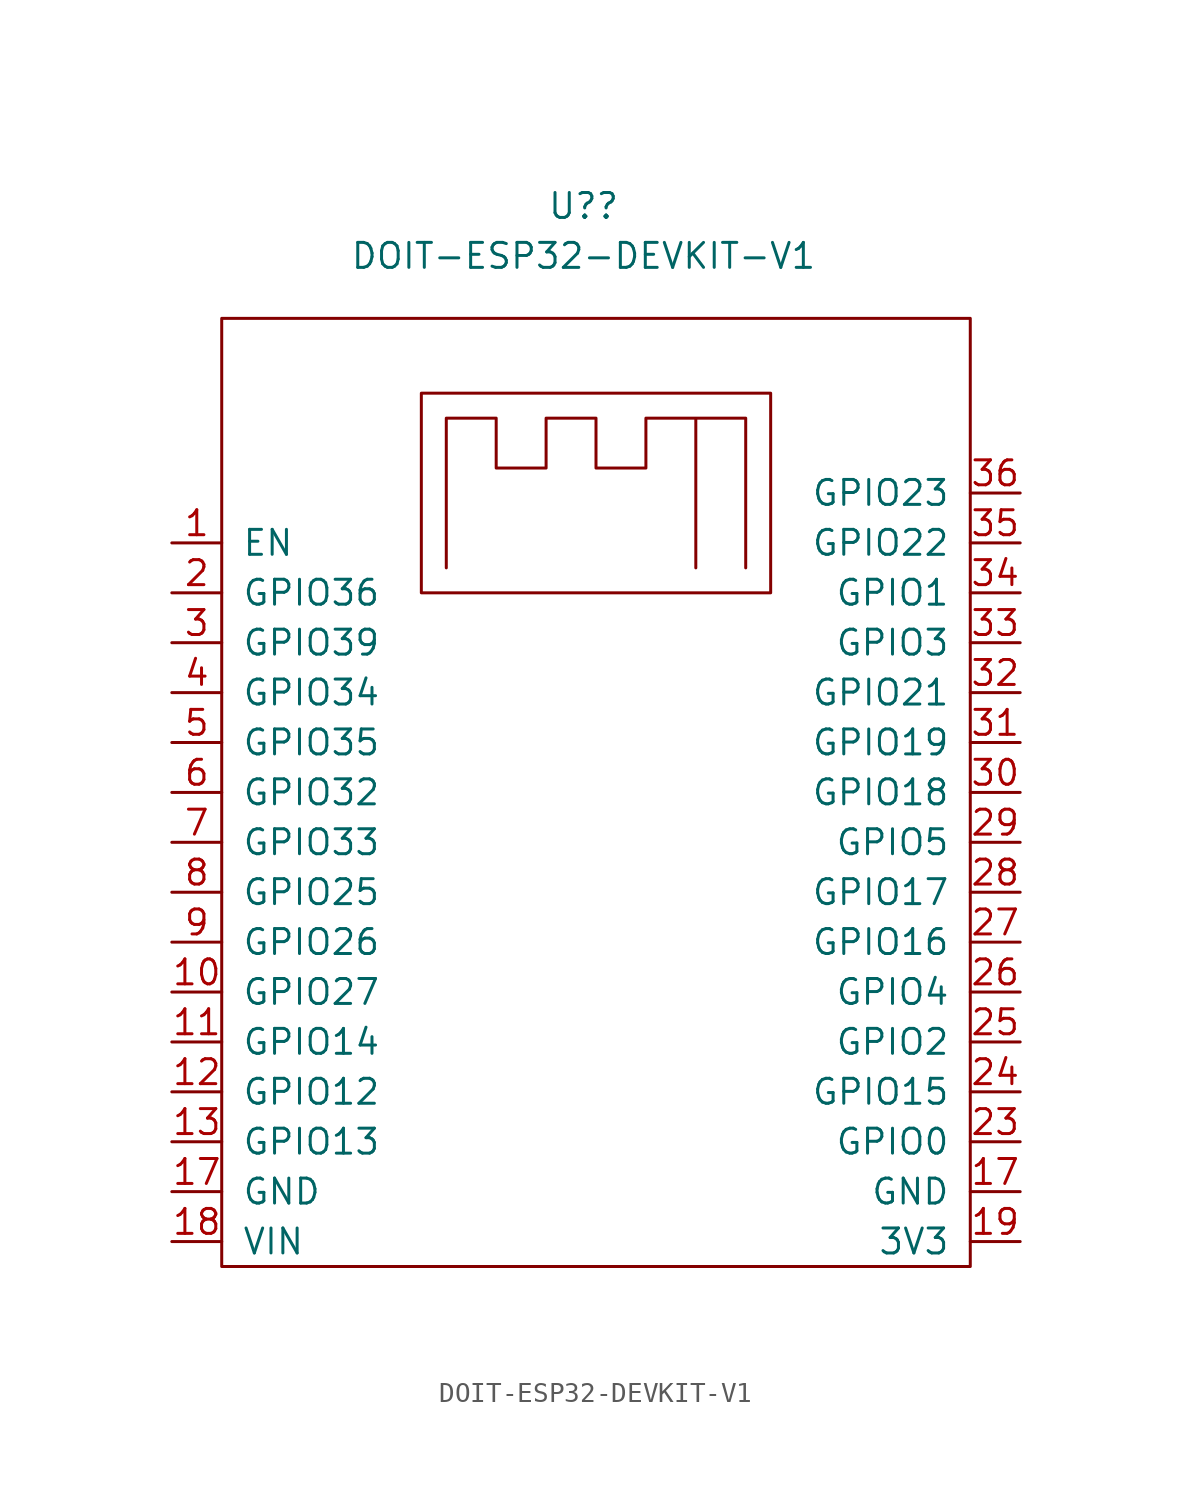
<source format=kicad_sym>
(kicad_symbol_lib
  (version 20211014)
  (generator kicad_symbol_editor)
  (symbol "DOIT-ESP32-DEVKIT-V1"
    (pin_names
      (offset 1.016))
    (property "Reference" "U?"
      (at -0.635 15.875 0)
      (effects (font (size 1.27 1.27))))
    (property "Value" "DOIT-ESP32-DEVKIT-V1"
      (at -0.635 13.335 0)
      (effects (font (size 1.27 1.27))))
    (symbol "DOIT-ESP32-DEVKIT-V1_0_1"
      (rectangle (start -19.05 10.16) (end 19.05 -38.1) (stroke (width 0) (type default) (color 0 0 0 0)) (fill (type none)))
      (polyline (pts (xy -8.89 6.35) (xy 8.89 6.35) (xy 8.89 -3.81) (xy -8.89 -3.81) (xy -8.89 6.35)) (stroke (width 0) (type default) (color 0 0 0 0)) (fill (type none)))
      (polyline (pts (xy -7.62 -2.54) (xy -7.62 5.08) (xy -5.08 5.08) (xy -5.08 2.54) (xy -2.54 2.54) (xy -2.54 5.08) (xy 0 5.08) (xy 0 2.54) (xy 2.54 2.54) (xy 2.54 5.08) (xy 5.08 5.08) (xy 5.08 -2.54) (xy 5.08 5.08) (xy 7.62 5.08) (xy 7.62 -2.54)) (stroke (width 0) (type default) (color 0 0 0 0)) (fill (type none))))
    (symbol "DOIT-ESP32-DEVKIT-V1_1_1"
      (pin output line (at -21.59 -1.27 0) (length 2.54) (name "EN" (effects (font (size 1.27 1.27)))) (number "1" (effects (font (size 1.27 1.27)))))
      (pin bidirectional line (at -21.59 -24.13 0) (length 2.54) (name "GPIO27" (effects (font (size 1.27 1.27)))) (number "10" (effects (font (size 1.27 1.27)))))
      (pin bidirectional line (at -21.59 -26.67 0) (length 2.54) (name "GPIO14" (effects (font (size 1.27 1.27)))) (number "11" (effects (font (size 1.27 1.27)))))
      (pin bidirectional line (at -21.59 -29.21 0) (length 2.54) (name "GPIO12" (effects (font (size 1.27 1.27)))) (number "12" (effects (font (size 1.27 1.27)))))
      (pin bidirectional line (at -21.59 -31.75 0) (length 2.54) (name "GPIO13" (effects (font (size 1.27 1.27)))) (number "13" (effects (font (size 1.27 1.27)))))
      (pin bidirectional line (at -21.59 -34.29 0) (length 2.54) (name "GND" (effects (font (size 1.27 1.27)))) (number "17" (effects (font (size 1.27 1.27)))))
      (pin bidirectional line (at 21.59 -34.29 180) (length 2.54) (name "GND" (effects (font (size 1.27 1.27)))) (number "17" (effects (font (size 1.27 1.27)))))
      (pin bidirectional line (at -21.59 -36.83 0) (length 2.54) (name "VIN" (effects (font (size 1.27 1.27)))) (number "18" (effects (font (size 1.27 1.27)))))
      (pin output line (at 21.59 -36.83 180) (length 2.54) (name "3V3" (effects (font (size 1.27 1.27)))) (number "19" (effects (font (size 1.27 1.27)))))
      (pin bidirectional line (at -21.59 -3.81 0) (length 2.54) (name "GPIO36" (effects (font (size 1.27 1.27)))) (number "2" (effects (font (size 1.27 1.27)))))
      (pin bidirectional line (at 21.59 -31.75 180) (length 2.54) (name "GPIO0" (effects (font (size 1.27 1.27)))) (number "23" (effects (font (size 1.27 1.27)))))
      (pin bidirectional line (at 21.59 -29.21 180) (length 2.54) (name "GPIO15" (effects (font (size 1.27 1.27)))) (number "24" (effects (font (size 1.27 1.27)))))
      (pin bidirectional line (at 21.59 -26.67 180) (length 2.54) (name "GPIO2" (effects (font (size 1.27 1.27)))) (number "25" (effects (font (size 1.27 1.27)))))
      (pin bidirectional line (at 21.59 -24.13 180) (length 2.54) (name "GPIO4" (effects (font (size 1.27 1.27)))) (number "26" (effects (font (size 1.27 1.27)))))
      (pin bidirectional line (at 21.59 -21.59 180) (length 2.54) (name "GPIO16" (effects (font (size 1.27 1.27)))) (number "27" (effects (font (size 1.27 1.27)))))
      (pin bidirectional line (at 21.59 -19.05 180) (length 2.54) (name "GPIO17" (effects (font (size 1.27 1.27)))) (number "28" (effects (font (size 1.27 1.27)))))
      (pin bidirectional line (at 21.59 -16.51 180) (length 2.54) (name "GPIO5" (effects (font (size 1.27 1.27)))) (number "29" (effects (font (size 1.27 1.27)))))
      (pin bidirectional line (at -21.59 -6.35 0) (length 2.54) (name "GPIO39" (effects (font (size 1.27 1.27)))) (number "3" (effects (font (size 1.27 1.27)))))
      (pin bidirectional line (at 21.59 -13.97 180) (length 2.54) (name "GPIO18" (effects (font (size 1.27 1.27)))) (number "30" (effects (font (size 1.27 1.27)))))
      (pin bidirectional line (at 21.59 -11.43 180) (length 2.54) (name "GPIO19" (effects (font (size 1.27 1.27)))) (number "31" (effects (font (size 1.27 1.27)))))
      (pin bidirectional line (at 21.59 -8.89 180) (length 2.54) (name "GPIO21" (effects (font (size 1.27 1.27)))) (number "32" (effects (font (size 1.27 1.27)))))
      (pin bidirectional line (at 21.59 -6.35 180) (length 2.54) (name "GPIO3" (effects (font (size 1.27 1.27)))) (number "33" (effects (font (size 1.27 1.27)))))
      (pin bidirectional line (at 21.59 -3.81 180) (length 2.54) (name "GPIO1" (effects (font (size 1.27 1.27)))) (number "34" (effects (font (size 1.27 1.27)))))
      (pin bidirectional line (at 21.59 -1.27 180) (length 2.54) (name "GPIO22" (effects (font (size 1.27 1.27)))) (number "35" (effects (font (size 1.27 1.27)))))
      (pin bidirectional line (at 21.59 1.27 180) (length 2.54) (name "GPIO23" (effects (font (size 1.27 1.27)))) (number "36" (effects (font (size 1.27 1.27)))))
      (pin bidirectional line (at -21.59 -8.89 0) (length 2.54) (name "GPIO34" (effects (font (size 1.27 1.27)))) (number "4" (effects (font (size 1.27 1.27)))))
      (pin bidirectional line (at -21.59 -11.43 0) (length 2.54) (name "GPIO35" (effects (font (size 1.27 1.27)))) (number "5" (effects (font (size 1.27 1.27)))))
      (pin bidirectional line (at -21.59 -13.97 0) (length 2.54) (name "GPIO32" (effects (font (size 1.27 1.27)))) (number "6" (effects (font (size 1.27 1.27)))))
      (pin bidirectional line (at -21.59 -16.51 0) (length 2.54) (name "GPIO33" (effects (font (size 1.27 1.27)))) (number "7" (effects (font (size 1.27 1.27)))))
      (pin bidirectional line (at -21.59 -19.05 0) (length 2.54) (name "GPIO25" (effects (font (size 1.27 1.27)))) (number "8" (effects (font (size 1.27 1.27)))))
      (pin bidirectional line (at -21.59 -21.59 0) (length 2.54) (name "GPIO26" (effects (font (size 1.27 1.27)))) (number "9" (effects (font (size 1.27 1.27))))))))
</source>
